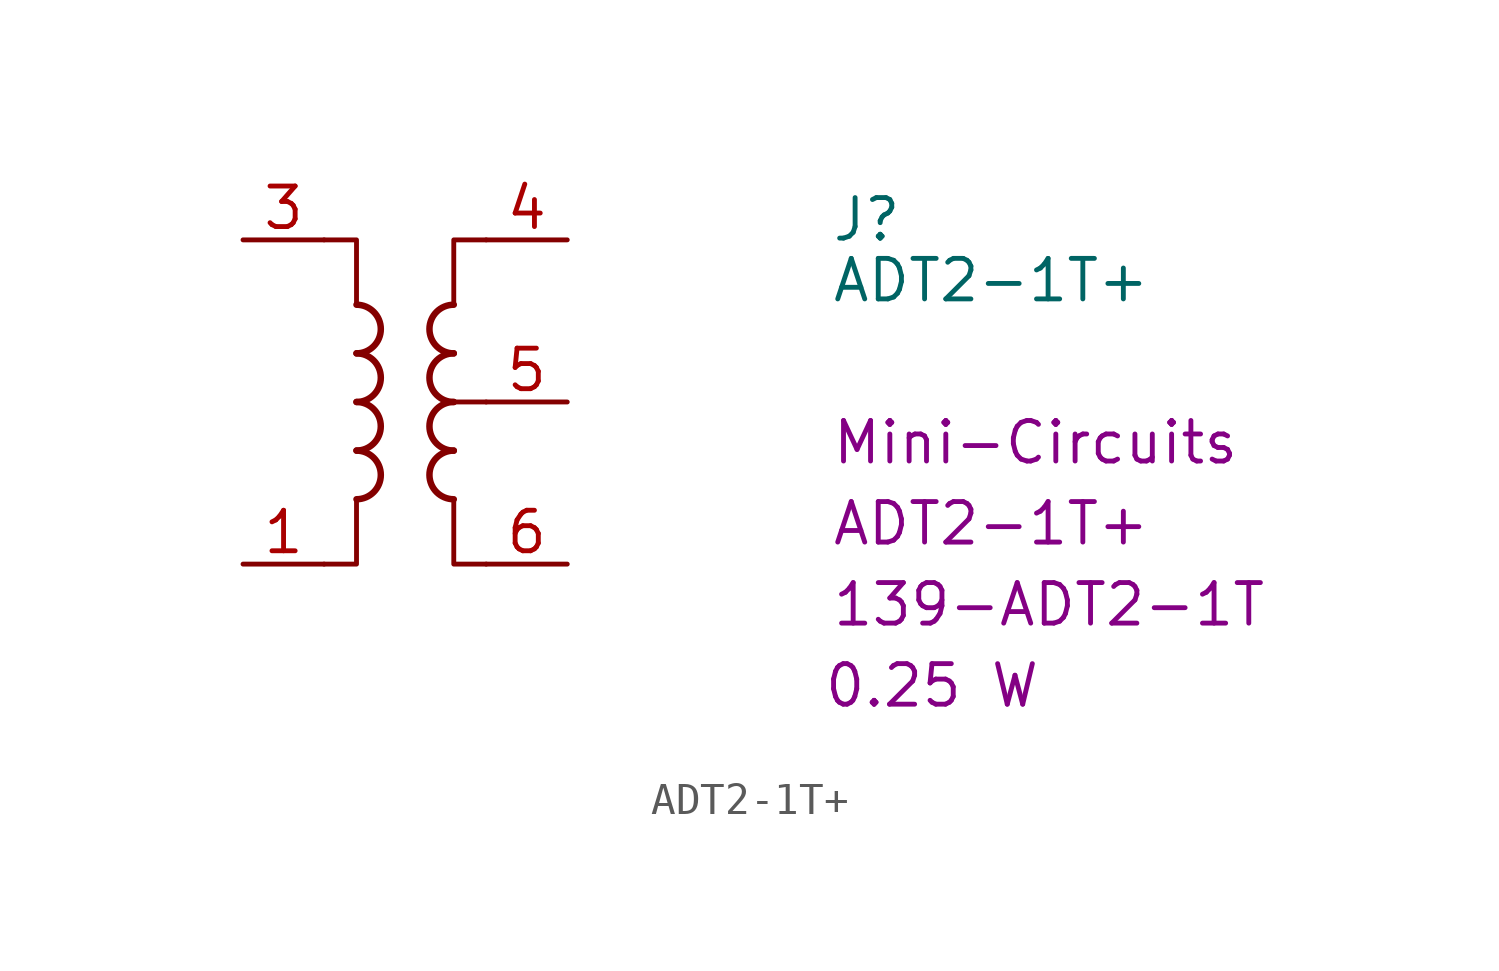
<source format=kicad_sym>
(kicad_symbol_lib
  (version 20220914)
  (generator kicad_symbol_editor)
  (symbol "ADT2-1T+"
    (pin_names hide)
    (property "Reference" "J"
      (at 13.335 5.715 0)
      (effects (font (size 1.27 1.27)) (justify left)))
    (property "Value" "ADT2-1T+"
      (at 13.335 3.81 0)
      (effects (font (size 1.27 1.27)) (justify left)))
    (property "Manufacturer" "Mini-Circuits"
      (at 13.335 -1.27 0)
      (effects (font (size 1.27 1.27)) (justify left)))
    (property "MPN" "ADT2-1T+"
      (at 13.335 -3.81 0)
      (effects (font (size 1.27 1.27)) (justify left)))
    (property "Digi-Key_PN" "139-ADT2-1T"
      (at 13.335 -6.35 0)
      (effects (font (size 1.27 1.27)) (justify left)))
    (property "Power" "0.25 W"
      (at 16.51 -8.89 0)
      (effects (font (size 1.27 1.27))))
    (symbol "ADT2-1T+_1_1"
      (arc (start -1.524 -3.048) (mid -0.7653 -2.286) (end -1.524 -1.524) (stroke (width 0.2032) (type default)) (fill (type none)))
      (arc (start -1.524 -1.524) (mid -0.7653 -0.762) (end -1.524 0) (stroke (width 0.2032) (type default)) (fill (type none)))
      (arc (start -1.524 0) (mid -0.7653 0.762) (end -1.524 1.524) (stroke (width 0.2032) (type default)) (fill (type none)))
      (arc (start -1.524 1.524) (mid -0.7653 2.286) (end -1.524 3.048) (stroke (width 0.2032) (type default)) (fill (type none)))
      (polyline (pts (xy 2.54 0) (xy 1.27 0)) (stroke (width 0.152) (type default)) (fill (type none)))
      (polyline (pts (xy -2.54 5.08) (xy -1.524 5.08) (xy -1.524 3.048)) (stroke (width 0.152) (type default)) (fill (type none)))
      (polyline (pts (xy -1.524 -3.048) (xy -1.524 -5.08) (xy -2.54 -5.08)) (stroke (width 0.152) (type default)) (fill (type none)))
      (polyline (pts (xy 1.524 3.048) (xy 1.524 5.08) (xy 2.54 5.08)) (stroke (width 0.152) (type default)) (fill (type none)))
      (polyline (pts (xy 2.54 -5.08) (xy 1.524 -5.08) (xy 1.524 -3.048)) (stroke (width 0.152) (type default)) (fill (type none)))
      (arc (start 1.524 -1.524) (mid 0.7653 -2.286) (end 1.524 -3.048) (stroke (width 0.2032) (type default)) (fill (type none)))
      (arc (start 1.524 0) (mid 0.7653 -0.762) (end 1.524 -1.524) (stroke (width 0.2032) (type default)) (fill (type none)))
      (arc (start 1.524 1.524) (mid 0.7653 0.762) (end 1.524 0) (stroke (width 0.2032) (type default)) (fill (type none)))
      (arc (start 1.524 3.048) (mid 0.7653 2.286) (end 1.524 1.524) (stroke (width 0.2032) (type default)) (fill (type none)))
      (pin passive line (at -5.08 -5.08 0) (length 2.54) (name "~" (effects (font (size 1.27 1.27)))) (number "1" (effects (font (size 1.27 1.27)))))
      (pin passive line (at -5.08 5.08 0) (length 2.54) (name "~" (effects (font (size 1.27 1.27)))) (number "3" (effects (font (size 1.27 1.27)))))
      (pin passive line (at 5.08 5.08 180) (length 2.54) (name "~" (effects (font (size 1.27 1.27)))) (number "4" (effects (font (size 1.27 1.27)))))
      (pin passive line (at 5.08 0 180) (length 2.54) (name "~" (effects (font (size 1.27 1.27)))) (number "5" (effects (font (size 1.27 1.27)))))
      (pin passive line (at 5.08 -5.08 180) (length 2.54) (name "~" (effects (font (size 1.27 1.27)))) (number "6" (effects (font (size 1.27 1.27))))))))
</source>
